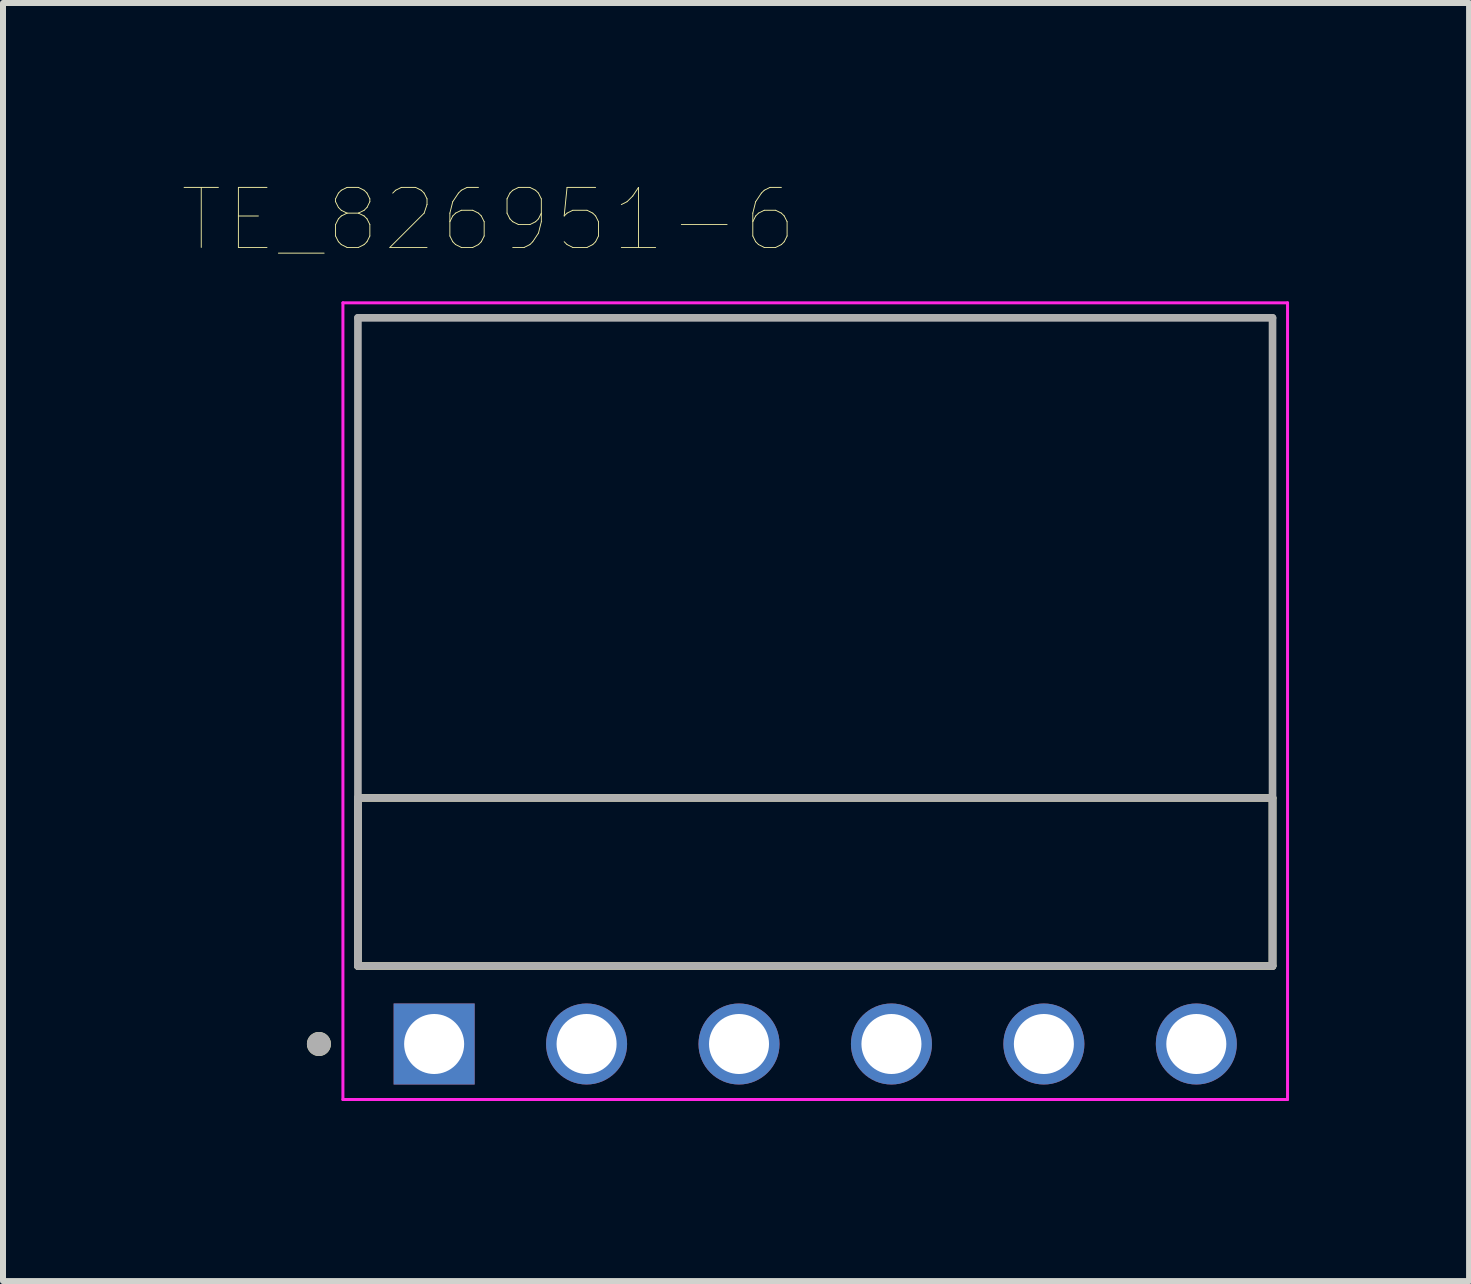
<source format=kicad_pcb>
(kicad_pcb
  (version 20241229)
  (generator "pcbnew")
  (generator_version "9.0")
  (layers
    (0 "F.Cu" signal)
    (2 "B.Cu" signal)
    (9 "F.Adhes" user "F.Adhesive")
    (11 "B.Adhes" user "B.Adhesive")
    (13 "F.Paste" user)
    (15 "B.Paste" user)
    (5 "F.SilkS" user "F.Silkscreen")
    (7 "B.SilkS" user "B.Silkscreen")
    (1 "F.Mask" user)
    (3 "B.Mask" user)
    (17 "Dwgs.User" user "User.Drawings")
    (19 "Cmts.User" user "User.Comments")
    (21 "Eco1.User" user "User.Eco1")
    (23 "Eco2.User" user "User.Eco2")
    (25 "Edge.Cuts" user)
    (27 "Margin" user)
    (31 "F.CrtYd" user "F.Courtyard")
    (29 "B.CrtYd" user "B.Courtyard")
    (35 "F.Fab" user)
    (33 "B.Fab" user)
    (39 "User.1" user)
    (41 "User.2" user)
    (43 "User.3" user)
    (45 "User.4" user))
  (footprint "TE_826951-6"
    (layer "F.Cu")
    (at 4.184 14.346)
    (property "Reference" "TE_826951-6" (at 0.905 -13.735 0) (layer "F.SilkS") (effects (font (size 1 1) (thickness 0.015))))
    (attr through_hole)
    (fp_line (start -1.27 -1.3) (end -1.27 -4.1) (stroke (width 0.127) (type solid)) (layer "F.SilkS"))
    (fp_line (start 13.97 -4.1) (end -1.27 -4.1) (stroke (width 0.127) (type solid)) (layer "F.SilkS"))
    (fp_line (start 13.97 -4.1) (end 13.97 -1.3) (stroke (width 0.127) (type solid)) (layer "F.SilkS"))
    (fp_line (start 13.97 -1.3) (end -1.27 -1.3) (stroke (width 0.127) (type solid)) (layer "F.SilkS"))
    (fp_circle (center -1.92 0) (end -1.82 0) (stroke (width 0.2) (type solid)) (fill no) (layer "F.SilkS"))
    (fp_line (start -1.52 -12.35) (end 14.22 -12.35) (stroke (width 0.05) (type solid)) (layer "F.CrtYd"))
    (fp_line (start -1.52 0.925) (end -1.52 -12.35) (stroke (width 0.05) (type solid)) (layer "F.CrtYd"))
    (fp_line (start 14.22 -12.35) (end 14.22 0.925) (stroke (width 0.05) (type solid)) (layer "F.CrtYd"))
    (fp_line (start 14.22 0.925) (end -1.52 0.925) (stroke (width 0.05) (type solid)) (layer "F.CrtYd"))
    (fp_line (start -1.27 -12.1) (end 13.97 -12.1) (stroke (width 0.127) (type solid)) (layer "F.Fab"))
    (fp_line (start -1.27 -4.1) (end 13.97 -4.1) (stroke (width 0.127) (type solid)) (layer "F.Fab"))
    (fp_line (start -1.27 -1.3) (end -1.27 -12.1) (stroke (width 0.127) (type solid)) (layer "F.Fab"))
    (fp_line (start -1.27 -1.3) (end -1.27 -4.1) (stroke (width 0.127) (type solid)) (layer "F.Fab"))
    (fp_line (start 13.97 -12.1) (end 13.97 -1.3) (stroke (width 0.127) (type solid)) (layer "F.Fab"))
    (fp_line (start 13.97 -4.1) (end 13.97 -1.3) (stroke (width 0.127) (type solid)) (layer "F.Fab"))
    (fp_line (start 13.97 -1.3) (end -1.27 -1.3) (stroke (width 0.127) (type solid)) (layer "F.Fab"))
    (fp_circle (center -1.92 0) (end -1.82 0) (stroke (width 0.2) (type solid)) (fill no) (layer "F.Fab"))
    (pad "1" thru_hole rect (at 0 0) (size 1.35 1.35) (drill 1) (layers "*.Cu" "*.Mask"))
    (pad "2" thru_hole circle (at 2.54 0) (size 1.35 1.35) (drill 1) (layers "*.Cu" "*.Mask"))
    (pad "3" thru_hole circle (at 5.08 0) (size 1.35 1.35) (drill 1) (layers "*.Cu" "*.Mask"))
    (pad "4" thru_hole circle (at 7.62 0) (size 1.35 1.35) (drill 1) (layers "*.Cu" "*.Mask"))
    (pad "5" thru_hole circle (at 10.16 0) (size 1.35 1.35) (drill 1) (layers "*.Cu" "*.Mask"))
    (pad "6" thru_hole circle (at 12.7 0) (size 1.35 1.35) (drill 1) (layers "*.Cu" "*.Mask")))
  (gr_rect
    (start -3 -3)
    (end 21.429 18.296)
    (stroke (width 0.1) (type default))
    (fill no)
    (layer "Edge.Cuts")))
</source>
